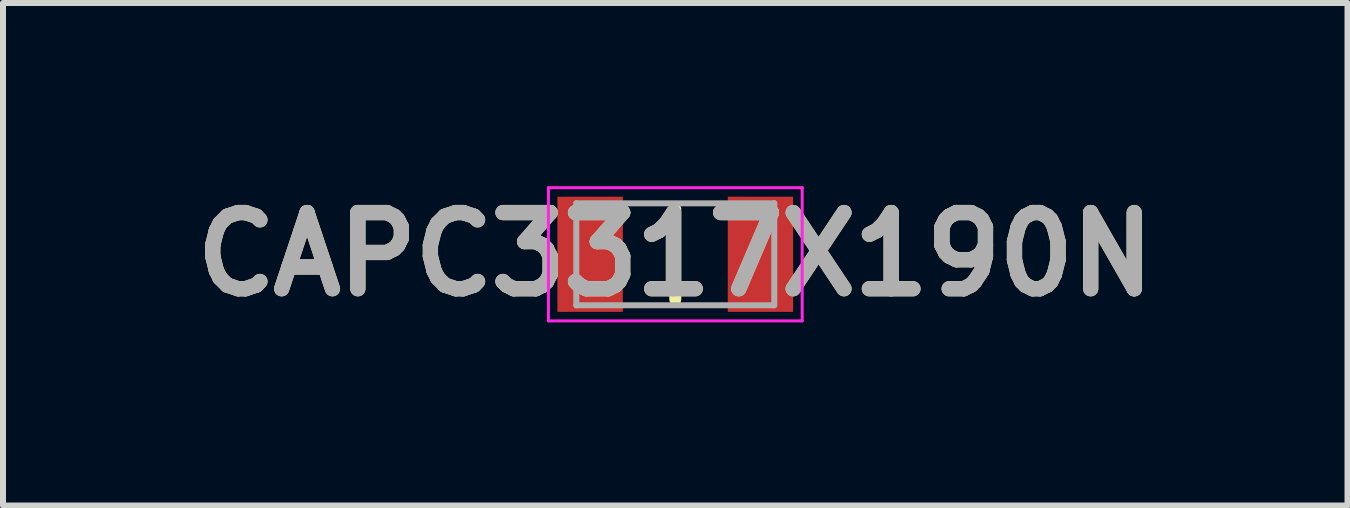
<source format=kicad_pcb>
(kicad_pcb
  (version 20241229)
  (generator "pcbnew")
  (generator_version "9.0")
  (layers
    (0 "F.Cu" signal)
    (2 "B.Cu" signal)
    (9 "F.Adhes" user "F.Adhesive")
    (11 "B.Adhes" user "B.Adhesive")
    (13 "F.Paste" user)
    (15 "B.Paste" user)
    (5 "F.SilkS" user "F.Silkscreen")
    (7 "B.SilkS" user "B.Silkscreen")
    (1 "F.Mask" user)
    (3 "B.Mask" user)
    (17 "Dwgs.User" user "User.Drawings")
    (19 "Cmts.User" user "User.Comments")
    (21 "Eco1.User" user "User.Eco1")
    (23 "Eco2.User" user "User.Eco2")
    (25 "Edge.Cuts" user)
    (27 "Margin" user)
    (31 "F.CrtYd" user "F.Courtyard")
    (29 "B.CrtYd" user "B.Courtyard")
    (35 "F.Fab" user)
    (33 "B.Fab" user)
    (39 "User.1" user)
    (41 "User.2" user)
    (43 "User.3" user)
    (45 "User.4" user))
  (footprint "CAPC3317X190N"
    (layer "F.Cu")
    (at 8.207 1.189)
    (property "Reference" "CAPC3317X190N" (at 0 0 0) (layer "F.SilkS") (effects (font (size 1.27 1.27) (thickness 0.254))))
    (attr smd)
    (fp_line (start 0 -0.75) (end 0 0.75) (stroke (width 0.2) (type solid)) (layer "F.SilkS"))
    (fp_line (start -2.115 -1.11) (end 2.115 -1.11) (stroke (width 0.05) (type solid)) (layer "F.CrtYd"))
    (fp_line (start -2.115 1.11) (end -2.115 -1.11) (stroke (width 0.05) (type solid)) (layer "F.CrtYd"))
    (fp_line (start 2.115 -1.11) (end 2.115 1.11) (stroke (width 0.05) (type solid)) (layer "F.CrtYd"))
    (fp_line (start 2.115 1.11) (end -2.115 1.11) (stroke (width 0.05) (type solid)) (layer "F.CrtYd"))
    (fp_line (start -1.65 -0.85) (end 1.65 -0.85) (stroke (width 0.1) (type solid)) (layer "F.Fab"))
    (fp_line (start -1.65 0.85) (end -1.65 -0.85) (stroke (width 0.1) (type solid)) (layer "F.Fab"))
    (fp_line (start 1.65 -0.85) (end 1.65 0.85) (stroke (width 0.1) (type solid)) (layer "F.Fab"))
    (fp_line (start 1.65 0.85) (end -1.65 0.85) (stroke (width 0.1) (type solid)) (layer "F.Fab"))
    (fp_text user "${REFERENCE}" (at 0 0 0) (layer "F.Fab") (effects (font (size 1.27 1.27) (thickness 0.254))))
    (pad "1" smd rect (at -1.42 0) (size 1.09 1.92) (layers "F.Cu" "F.Mask" "F.Paste"))
    (pad "2" smd rect (at 1.42 0) (size 1.09 1.92) (layers "F.Cu" "F.Mask" "F.Paste")))
  (gr_rect
    (start -3 -3)
    (end 19.413 5.377)
    (stroke (width 0.1) (type default))
    (fill no)
    (layer "Edge.Cuts")))
</source>
